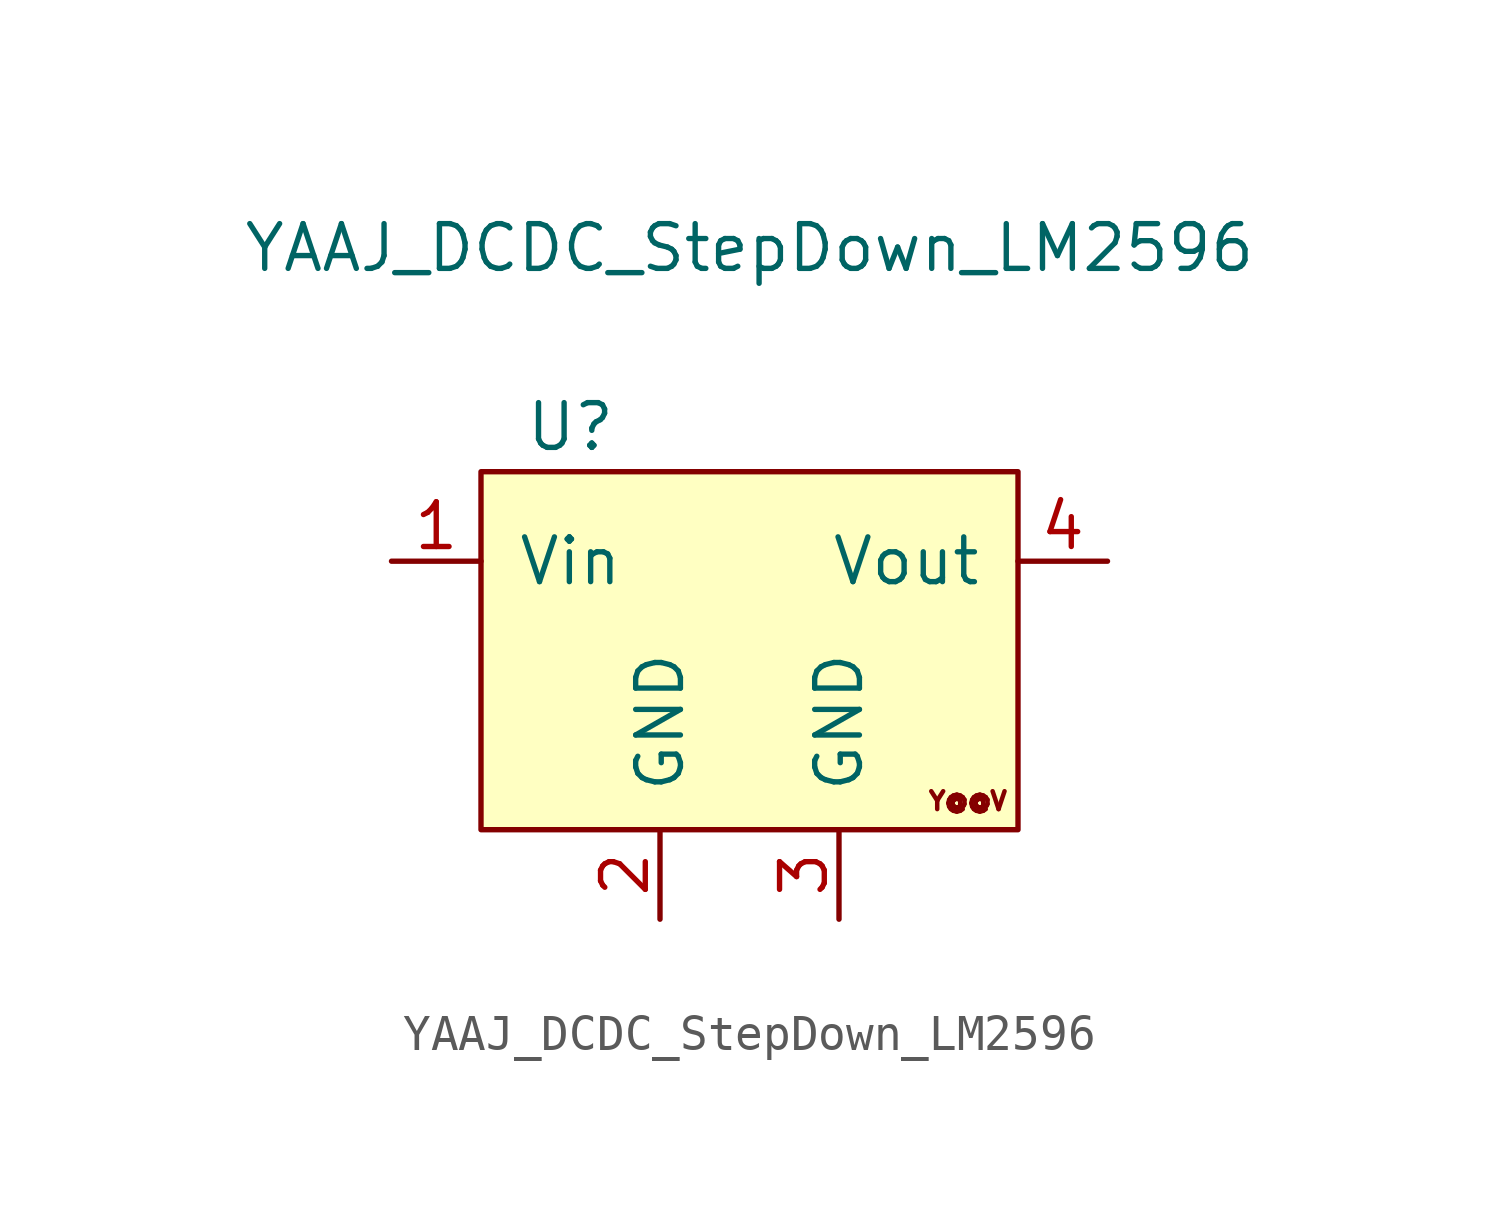
<source format=kicad_sym>
(kicad_symbol_lib
  (version 20220914)
  (generator kicad_symbol_editor)
  (symbol "YAAJ_DCDC_StepDown_LM2596"
    (pin_names
      (offset 1.016))
    (property "Reference" "U"
      (at -5.08 6.35 0)
      (effects (font (size 1.27 1.27))))
    (property "Value" "YAAJ_DCDC_StepDown_LM2596"
      (at 0 11.43 0)
      (effects (font (size 1.27 1.27))))
    (symbol "YAAJ_DCDC_StepDown_LM2596_0_1"
      (rectangle (start -7.62 5.08) (end 7.62 -5.08) (stroke (width 0) (type default)) (fill (type background))))
    (symbol "YAAJ_DCDC_StepDown_LM2596_1_1"
      (text "Y@@V" (at 6.198 -4.267 0) (effects (font (size 0.508 0.508))))
      (pin power_in line (at -10.16 2.54 0) (length 2.54) (name "Vin" (effects (font (size 1.27 1.27)))) (number "1" (effects (font (size 1.27 1.27)))))
      (pin power_in line (at -2.54 -7.62 90) (length 2.54) (name "GND" (effects (font (size 1.27 1.27)))) (number "2" (effects (font (size 1.27 1.27)))))
      (pin power_in line (at 2.54 -7.62 90) (length 2.54) (name "GND" (effects (font (size 1.27 1.27)))) (number "3" (effects (font (size 1.27 1.27)))))
      (pin power_out line (at 10.16 2.54 180) (length 2.54) (name "Vout" (effects (font (size 1.27 1.27)))) (number "4" (effects (font (size 1.27 1.27))))))))
</source>
